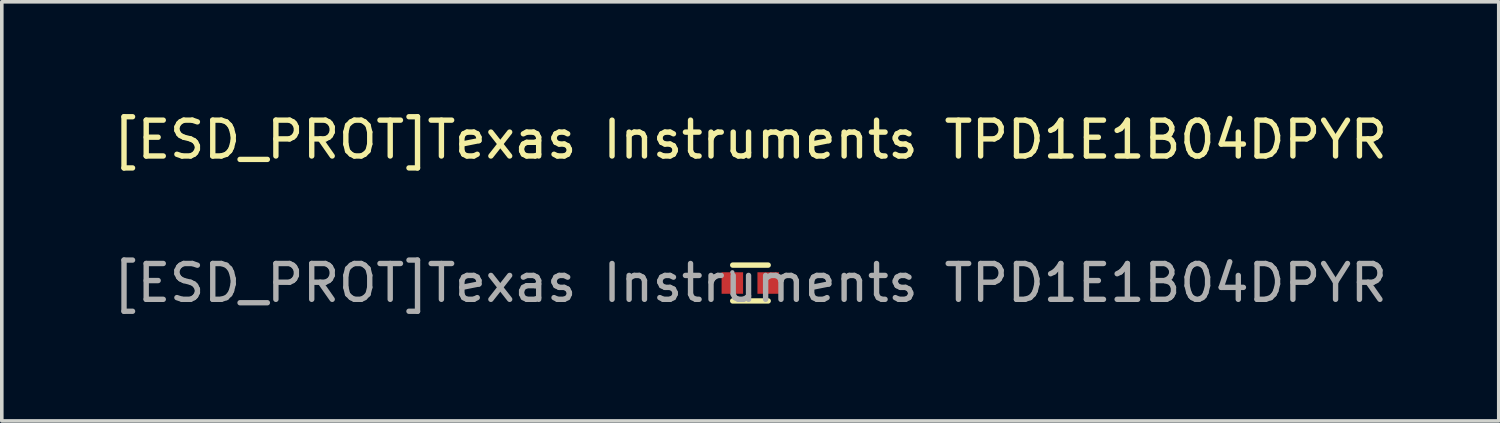
<source format=kicad_pcb>
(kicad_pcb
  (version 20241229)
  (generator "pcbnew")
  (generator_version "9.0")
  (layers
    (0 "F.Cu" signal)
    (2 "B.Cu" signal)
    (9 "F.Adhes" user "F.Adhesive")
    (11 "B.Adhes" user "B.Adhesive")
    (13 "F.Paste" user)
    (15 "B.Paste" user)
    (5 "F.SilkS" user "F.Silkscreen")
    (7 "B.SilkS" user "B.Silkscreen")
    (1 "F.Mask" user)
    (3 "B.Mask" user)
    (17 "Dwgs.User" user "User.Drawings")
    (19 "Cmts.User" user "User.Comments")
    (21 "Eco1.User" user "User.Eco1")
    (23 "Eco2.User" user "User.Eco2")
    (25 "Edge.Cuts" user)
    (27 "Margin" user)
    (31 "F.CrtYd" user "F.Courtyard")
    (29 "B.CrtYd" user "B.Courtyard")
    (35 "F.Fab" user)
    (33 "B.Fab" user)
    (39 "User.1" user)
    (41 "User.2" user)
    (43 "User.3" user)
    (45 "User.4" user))
  (footprint "[ESD_PROT]Texas Instruments TPD1E1B04DPYR"
    (layer "F.Cu")
    (at 17.887 4.848)
    (property "Reference" "[ESD_PROT]Texas Instruments TPD1E1B04DPYR" (at 0 -4 0) (layer "F.SilkS") (effects (font (size 1 1) (thickness 0.15))))
    (attr smd)
    (fp_line (start -0.49 -0.5) (end 0.5 -0.5) (stroke (width 0.15) (type solid)) (layer "F.SilkS"))
    (fp_line (start -0.49 0.5) (end 0.5 0.5) (stroke (width 0.15) (type solid)) (layer "F.SilkS"))
    (fp_circle (center -0.5 -0.3) (end -0.47 -0.3) (stroke (width 0.06) (type solid)) (fill no) (layer "F.Fab"))
    (fp_text user "${REFERENCE}" (at 0 0 0) (layer "F.Fab") (effects (font (size 1 1) (thickness 0.15))))
    (pad "1" smd rect (at -0.5 0) (size 0.6 0.6) (layers "F.Cu" "F.Mask" "F.Paste"))
    (pad "2" smd rect (at 0.5 0) (size 0.6 0.6) (layers "F.Cu" "F.Mask" "F.Paste")))
  (gr_rect
    (start -3 -3)
    (end 38.774 8.697)
    (stroke (width 0.1) (type default))
    (fill no)
    (layer "Edge.Cuts")))
</source>
